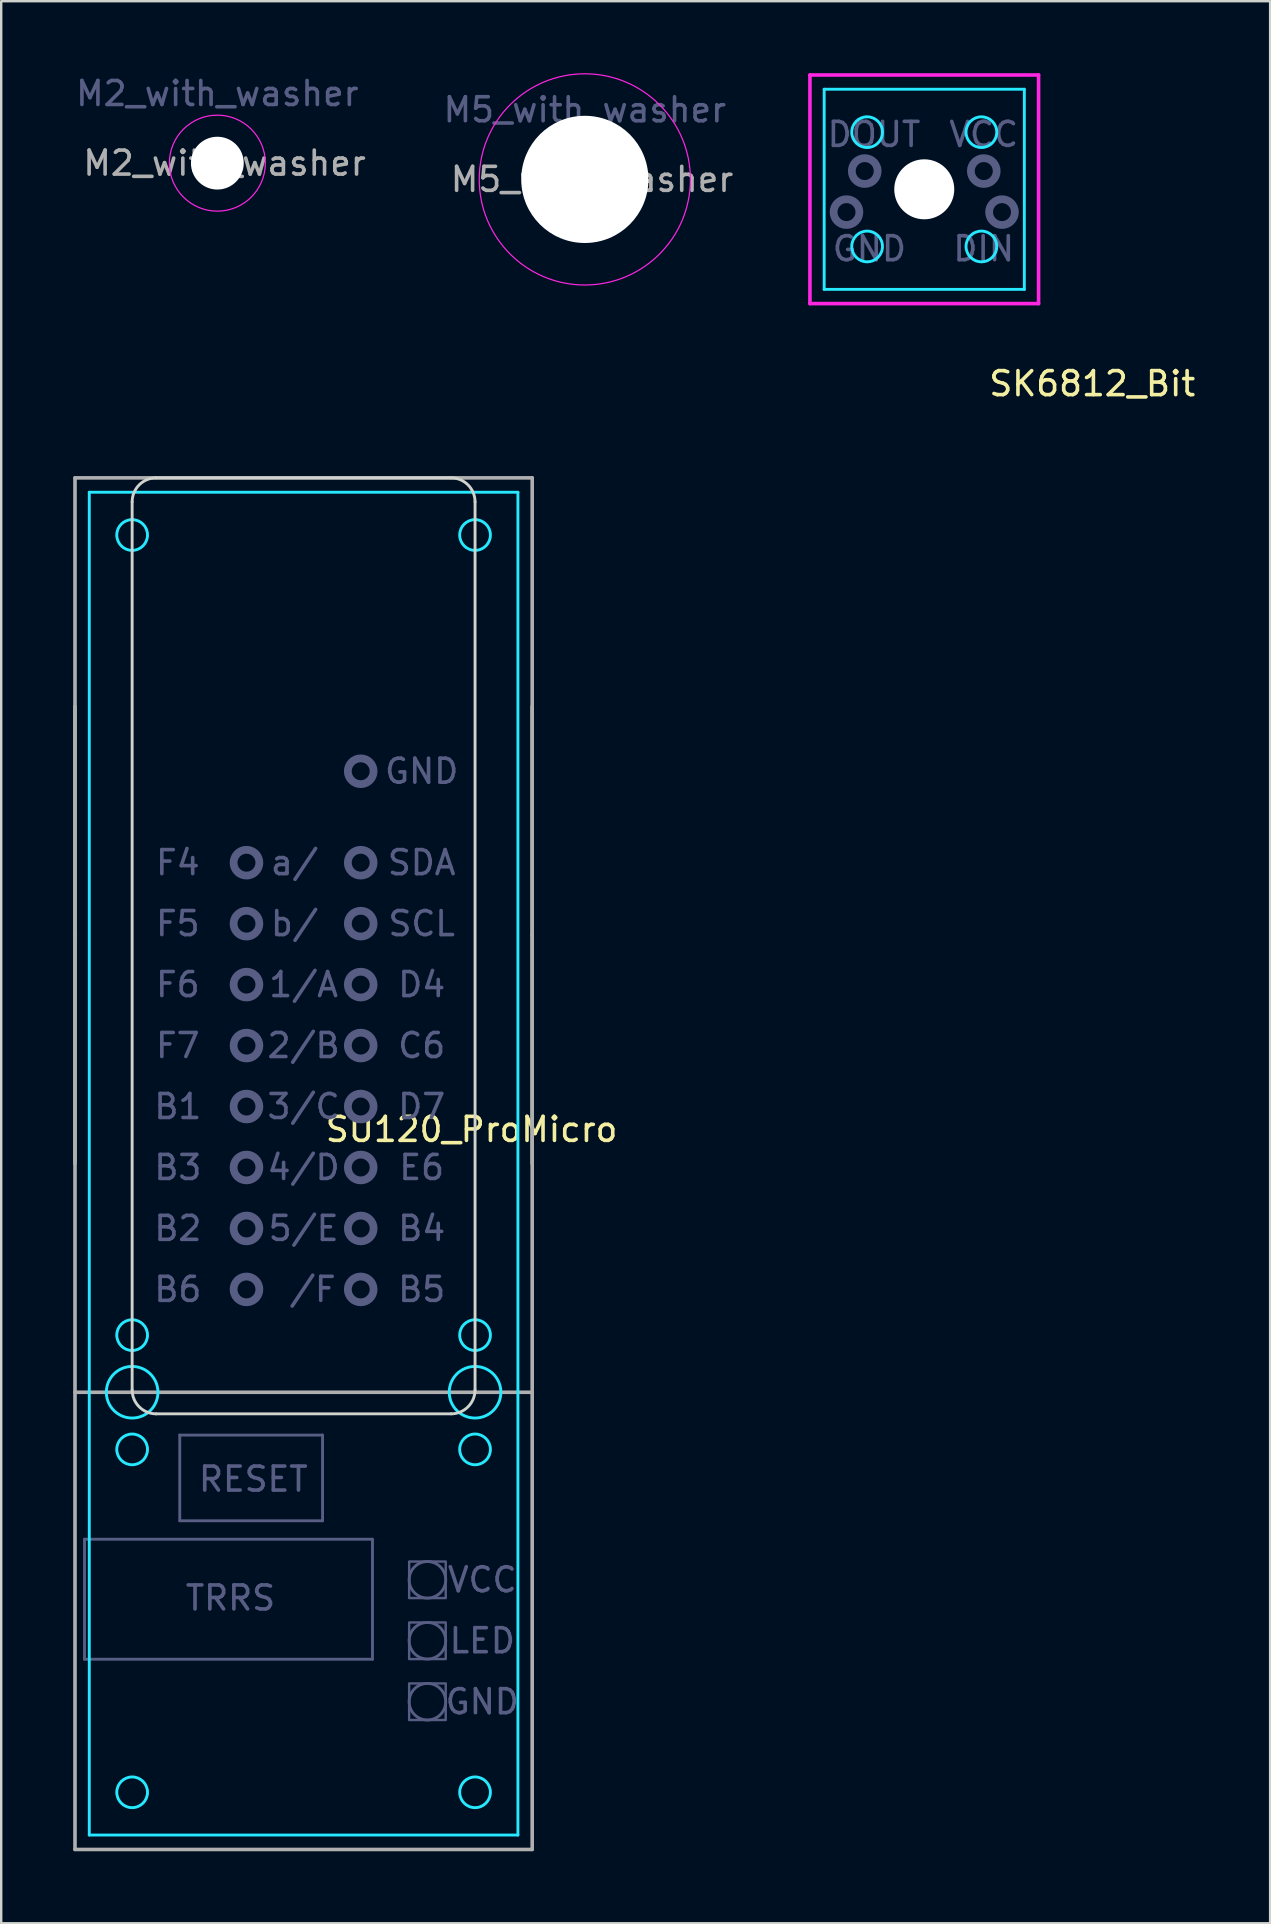
<source format=kicad_pcb>
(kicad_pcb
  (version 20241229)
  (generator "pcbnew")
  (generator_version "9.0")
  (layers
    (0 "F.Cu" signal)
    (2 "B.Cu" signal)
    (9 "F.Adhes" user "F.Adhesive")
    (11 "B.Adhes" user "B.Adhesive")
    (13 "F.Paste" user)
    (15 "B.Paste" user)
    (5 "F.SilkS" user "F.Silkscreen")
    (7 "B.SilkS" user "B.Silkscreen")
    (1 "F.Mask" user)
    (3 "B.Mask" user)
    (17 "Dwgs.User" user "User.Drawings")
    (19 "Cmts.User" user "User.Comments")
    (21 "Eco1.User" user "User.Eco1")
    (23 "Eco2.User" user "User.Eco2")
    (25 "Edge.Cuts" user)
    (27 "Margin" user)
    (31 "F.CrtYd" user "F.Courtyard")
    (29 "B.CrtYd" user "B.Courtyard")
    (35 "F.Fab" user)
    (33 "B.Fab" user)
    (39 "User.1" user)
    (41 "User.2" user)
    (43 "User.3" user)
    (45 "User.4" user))
  (footprint "SK6812_Bit"
    (layer "F.Cu")
    (at 35.461 4.838)
    (property "Reference" "SK6812_Bit" (at 7 8.1 0) (layer "F.SilkS") (effects (font (size 1 1) (thickness 0.15))))
    (attr through_hole)
    (fp_line (start -4.17 -4.17) (end 4.17 -4.17) (stroke (width 0.12) (type solid)) (layer "B.CrtYd"))
    (fp_line (start -4.17 4.17) (end -4.17 -4.17) (stroke (width 0.12) (type solid)) (layer "B.CrtYd"))
    (fp_line (start 4.17 -4.17) (end 4.17 4.17) (stroke (width 0.12) (type solid)) (layer "B.CrtYd"))
    (fp_line (start 4.17 4.17) (end -4.17 4.17) (stroke (width 0.12) (type solid)) (layer "B.CrtYd"))
    (fp_circle (center -2.381 -2.381) (end -1.741 -2.381) (stroke (width 0.12) (type solid)) (fill no) (layer "B.CrtYd"))
    (fp_circle (center -2.381 2.381) (end -1.741 2.381) (stroke (width 0.12) (type solid)) (fill no) (layer "B.CrtYd"))
    (fp_circle (center 2.381 -2.381) (end 3.021 -2.381) (stroke (width 0.12) (type solid)) (fill no) (layer "B.CrtYd"))
    (fp_circle (center 2.381 2.381) (end 3.021 2.381) (stroke (width 0.12) (type solid)) (fill no) (layer "B.CrtYd"))
    (fp_line (start -4.763 -4.763) (end -4.763 4.763) (stroke (width 0.15) (type solid)) (layer "F.CrtYd"))
    (fp_line (start -4.763 4.763) (end 4.763 4.763) (stroke (width 0.15) (type solid)) (layer "F.CrtYd"))
    (fp_line (start 4.763 -4.763) (end -4.763 -4.763) (stroke (width 0.15) (type solid)) (layer "F.CrtYd"))
    (fp_line (start 4.763 4.763) (end 4.763 -4.763) (stroke (width 0.15) (type solid)) (layer "F.CrtYd"))
    (fp_circle (center -3.24 0.95) (end -2.703 0.95) (stroke (width 0.325) (type solid)) (fill no) (layer "B.Fab"))
    (fp_circle (center -2.48 -0.76) (end -1.942 -0.76) (stroke (width 0.325) (type solid)) (fill no) (layer "B.Fab"))
    (fp_circle (center 2.48 -0.76) (end 3.018 -0.76) (stroke (width 0.325) (type solid)) (fill no) (layer "B.Fab"))
    (fp_circle (center 3.24 0.95) (end 3.777 0.95) (stroke (width 0.325) (type solid)) (fill no) (layer "B.Fab"))
    (fp_text user "GND" (at -2.286 2.477 0) (layer "B.Fab") (effects (font (size 1 1) (thickness 0.15))))
    (fp_text user "DIN" (at 2.477 2.477 0) (layer "B.Fab") (effects (font (size 1 1) (thickness 0.15))))
    (fp_text user "VCC" (at 2.477 -2.286 0) (layer "B.Fab") (effects (font (size 1 1) (thickness 0.15))))
    (fp_text user "DOUT" (at -2.095 -2.286 0) (layer "B.Fab") (effects (font (size 1 1) (thickness 0.15))))
    (pad "" np_thru_hole circle (at 0 0) (size 2.5 2.5) (drill 2.5) (layers "*.Cu" "*.Mask")))
  (footprint "M2_with_washer"
    (layer "F.Cu")
    (at 6.006 3.748)
    (property "Reference" "M2_with_washer" (at 0 -2.9 0) (layer "B.Fab") (effects (font (size 1 1) (thickness 0.15))))
    (attr exclude_from_pos_files exclude_from_bom)
    (fp_circle (center 0 0) (end 2 0) (stroke (width 0.05) (type solid)) (fill no) (layer "F.CrtYd"))
    (fp_text user "${REFERENCE}" (at 0.3 0 0) (layer "F.Fab") (effects (font (size 1 1) (thickness 0.15))))
    (pad "" np_thru_hole circle (at 0 0) (size 2.2 2.2) (drill 2.2) (layers "*.Cu" "*.Mask")))
  (footprint "SU120_ProMicro"
    (layer "F.Cu")
    (at 9.6 45.436)
    (property "Reference" "SU120_ProMicro" (at 7 -1.425 0) (layer "F.SilkS") (effects (font (size 1 1) (thickness 0.15))))
    (attr through_hole)
    (fp_line (start -7.144 9.425) (end -7.144 -27.575) (stroke (width 0.12) (type solid)) (layer "Edge.Cuts"))
    (fp_line (start -6.144 -28.575) (end 6.144 -28.575) (stroke (width 0.12) (type solid)) (layer "Edge.Cuts"))
    (fp_line (start 6.144 10.425) (end -6.144 10.425) (stroke (width 0.12) (type solid)) (layer "Edge.Cuts"))
    (fp_line (start 7.144 -27.575) (end 7.144 9.425) (stroke (width 0.12) (type solid)) (layer "Edge.Cuts"))
    (fp_arc (start -7.14375 -27.575) (mid -6.850857 -28.282107) (end -6.14375 -28.575) (stroke (width 0.12) (type solid)) (layer "Edge.Cuts"))
    (fp_arc (start -6.14375 10.425) (mid -6.850857 10.132107) (end -7.14375 9.425) (stroke (width 0.12) (type solid)) (layer "Edge.Cuts"))
    (fp_arc (start 6.14375 -28.575) (mid 6.850857 -28.282107) (end 7.14375 -27.575) (stroke (width 0.12) (type solid)) (layer "Edge.Cuts"))
    (fp_arc (start 7.14375 9.425) (mid 6.850857 10.132107) (end 6.14375 10.425) (stroke (width 0.12) (type solid)) (layer "Edge.Cuts"))
    (fp_line (start -8.93 -27.975) (end 8.93 -27.975) (stroke (width 0.12) (type solid)) (layer "B.CrtYd"))
    (fp_line (start -8.93 27.975) (end -8.93 -27.975) (stroke (width 0.12) (type solid)) (layer "B.CrtYd"))
    (fp_line (start 8.93 -27.975) (end 8.93 27.975) (stroke (width 0.12) (type solid)) (layer "B.CrtYd"))
    (fp_line (start 8.93 27.975) (end -8.93 27.975) (stroke (width 0.12) (type solid)) (layer "B.CrtYd"))
    (fp_circle (center -7.144 -26.194) (end -6.504 -26.194) (stroke (width 0.12) (type solid)) (fill no) (layer "B.CrtYd"))
    (fp_circle (center -7.144 7.144) (end -6.504 7.144) (stroke (width 0.12) (type solid)) (fill no) (layer "B.CrtYd"))
    (fp_circle (center -7.144 9.525) (end -6.069 9.525) (stroke (width 0.12) (type solid)) (fill no) (layer "B.CrtYd"))
    (fp_circle (center -7.144 11.906) (end -6.504 11.906) (stroke (width 0.12) (type solid)) (fill no) (layer "B.CrtYd"))
    (fp_circle (center -7.144 26.194) (end -6.504 26.194) (stroke (width 0.12) (type solid)) (fill no) (layer "B.CrtYd"))
    (fp_circle (center 7.144 -26.194) (end 7.784 -26.194) (stroke (width 0.12) (type solid)) (fill no) (layer "B.CrtYd"))
    (fp_circle (center 7.144 7.144) (end 7.784 7.144) (stroke (width 0.12) (type solid)) (fill no) (layer "B.CrtYd"))
    (fp_circle (center 7.144 9.525) (end 8.219 9.525) (stroke (width 0.12) (type solid)) (fill no) (layer "B.CrtYd"))
    (fp_circle (center 7.144 11.906) (end 7.784 11.906) (stroke (width 0.12) (type solid)) (fill no) (layer "B.CrtYd"))
    (fp_circle (center 7.144 26.194) (end 7.784 26.194) (stroke (width 0.12) (type solid)) (fill no) (layer "B.CrtYd"))
    (fp_line (start -9.13 15.65) (end 2.87 15.65) (stroke (width 0.12) (type solid)) (layer "B.Fab"))
    (fp_line (start -9.13 20.65) (end -9.13 15.65) (stroke (width 0.12) (type solid)) (layer "B.Fab"))
    (fp_line (start -5.16 11.31) (end 0.79 11.31) (stroke (width 0.12) (type solid)) (layer "B.Fab"))
    (fp_line (start -5.16 14.88) (end -5.16 11.31) (stroke (width 0.12) (type solid)) (layer "B.Fab"))
    (fp_line (start 0.79 11.31) (end 0.79 14.88) (stroke (width 0.12) (type solid)) (layer "B.Fab"))
    (fp_line (start 0.79 14.88) (end -5.16 14.88) (stroke (width 0.12) (type solid)) (layer "B.Fab"))
    (fp_line (start 2.87 15.65) (end 2.87 20.65) (stroke (width 0.12) (type solid)) (layer "B.Fab"))
    (fp_line (start 2.87 20.65) (end -9.13 20.65) (stroke (width 0.12) (type solid)) (layer "B.Fab"))
    (fp_circle (center -2.38 -12.54) (end -1.843 -12.54) (stroke (width 0.325) (type solid)) (fill no) (layer "B.Fab"))
    (fp_circle (center -2.38 -10) (end -1.843 -10) (stroke (width 0.325) (type solid)) (fill no) (layer "B.Fab"))
    (fp_circle (center -2.38 -7.46) (end -1.843 -7.46) (stroke (width 0.325) (type solid)) (fill no) (layer "B.Fab"))
    (fp_circle (center -2.38 -4.92) (end -1.843 -4.92) (stroke (width 0.325) (type solid)) (fill no) (layer "B.Fab"))
    (fp_circle (center -2.38 -2.38) (end -1.843 -2.38) (stroke (width 0.325) (type solid)) (fill no) (layer "B.Fab"))
    (fp_circle (center -2.38 0.16) (end -1.843 0.16) (stroke (width 0.325) (type solid)) (fill no) (layer "B.Fab"))
    (fp_circle (center -2.38 2.7) (end -1.843 2.7) (stroke (width 0.325) (type solid)) (fill no) (layer "B.Fab"))
    (fp_circle (center -2.38 5.24) (end -1.843 5.24) (stroke (width 0.325) (type solid)) (fill no) (layer "B.Fab"))
    (fp_circle (center 2.38 -16.35) (end 2.917 -16.35) (stroke (width 0.325) (type solid)) (fill no) (layer "B.Fab"))
    (fp_circle (center 2.38 -12.54) (end 2.917 -12.54) (stroke (width 0.325) (type solid)) (fill no) (layer "B.Fab"))
    (fp_circle (center 2.38 -10) (end 2.917 -10) (stroke (width 0.325) (type solid)) (fill no) (layer "B.Fab"))
    (fp_circle (center 2.38 -7.46) (end 2.917 -7.46) (stroke (width 0.325) (type solid)) (fill no) (layer "B.Fab"))
    (fp_circle (center 2.38 -4.92) (end 2.917 -4.92) (stroke (width 0.325) (type solid)) (fill no) (layer "B.Fab"))
    (fp_circle (center 2.38 -2.38) (end 2.917 -2.38) (stroke (width 0.325) (type solid)) (fill no) (layer "B.Fab"))
    (fp_circle (center 2.38 0.16) (end 2.917 0.16) (stroke (width 0.325) (type solid)) (fill no) (layer "B.Fab"))
    (fp_circle (center 2.38 2.7) (end 2.917 2.7) (stroke (width 0.325) (type solid)) (fill no) (layer "B.Fab"))
    (fp_circle (center 2.38 5.24) (end 2.917 5.24) (stroke (width 0.325) (type solid)) (fill no) (layer "B.Fab"))
    (fp_circle (center 5.16 17.34) (end 5.922 17.34) (stroke (width 0.12) (type solid)) (fill no) (layer "B.Fab"))
    (fp_circle (center 5.16 19.88) (end 5.922 19.88) (stroke (width 0.12) (type solid)) (fill no) (layer "B.Fab"))
    (fp_circle (center 5.16 22.42) (end 5.922 22.42) (stroke (width 0.12) (type solid)) (fill no) (layer "B.Fab"))
    (fp_poly (pts (xy 5.922 18.102) (xy 4.398 18.102) (xy 4.398 16.578) (xy 5.922 16.578)) (stroke (width 0.1) (type solid)) (fill no) (layer "B.Fab"))
    (fp_poly (pts (xy 5.922 20.642) (xy 4.398 20.642) (xy 4.398 19.118) (xy 5.922 19.118)) (stroke (width 0.1) (type solid)) (fill no) (layer "B.Fab"))
    (fp_poly (pts (xy 5.922 23.182) (xy 4.398 23.182) (xy 4.398 21.658) (xy 5.922 21.658)) (stroke (width 0.1) (type solid)) (fill no) (layer "B.Fab"))
    (fp_line (start -9.525 -28.575) (end -9.525 -9.525) (stroke (width 0.15) (type solid)) (layer "F.Fab"))
    (fp_line (start -9.525 -19.05) (end -9.525 0) (stroke (width 0.15) (type solid)) (layer "F.Fab"))
    (fp_line (start -9.525 -9.525) (end -9.525 28.575) (stroke (width 0.15) (type solid)) (layer "F.Fab"))
    (fp_line (start -9.525 9.525) (end 9.525 9.525) (stroke (width 0.15) (type solid)) (layer "F.Fab"))
    (fp_line (start -9.525 28.575) (end 9.525 28.575) (stroke (width 0.15) (type solid)) (layer "F.Fab"))
    (fp_line (start 9.525 -28.575) (end -9.525 -28.575) (stroke (width 0.15) (type solid)) (layer "F.Fab"))
    (fp_line (start 9.525 -9.525) (end 9.525 -28.575) (stroke (width 0.15) (type solid)) (layer "F.Fab"))
    (fp_line (start 9.525 0) (end 9.525 -19.05) (stroke (width 0.15) (type solid)) (layer "F.Fab"))
    (fp_line (start 9.525 28.575) (end 9.525 -9.525) (stroke (width 0.15) (type solid)) (layer "F.Fab"))
    (fp_text user "F4" (at -5.24 -12.54 0) (layer "B.Fab") (effects (font (size 1 1) (thickness 0.15))))
    (fp_text user "a/ " (at 0 -12.54 0) (layer "B.Fab") (effects (font (size 1 1) (thickness 0.15))))
    (fp_text user "SDA" (at 4.92 -12.54 0) (layer "B.Fab") (effects (font (size 1 1) (thickness 0.15))))
    (fp_text user "B4" (at 4.92 2.7 0) (layer "B.Fab") (effects (font (size 1 1) (thickness 0.15))))
    (fp_text user "3/C" (at 0 -2.38 0) (layer "B.Fab") (effects (font (size 1 1) (thickness 0.15))))
    (fp_text user "GND" (at 7.446 22.42 0) (layer "B.Fab") (effects (font (size 1 1) (thickness 0.15))))
    (fp_text user "GND" (at 4.92 -16.35 0) (layer "B.Fab") (effects (font (size 1 1) (thickness 0.15))))
    (fp_text user "F7" (at -5.24 -4.92 0) (layer "B.Fab") (effects (font (size 1 1) (thickness 0.15))))
    (fp_text user "4/D" (at 0 0.16 0) (layer "B.Fab") (effects (font (size 1 1) (thickness 0.15))))
    (fp_text user "1/A" (at 0 -7.46 0) (layer "B.Fab") (effects (font (size 1 1) (thickness 0.15))))
    (fp_text user "B3" (at -5.24 0.16 0) (layer "B.Fab") (effects (font (size 1 1) (thickness 0.15))))
    (fp_text user "B2" (at -5.24 2.7 0) (layer "B.Fab") (effects (font (size 1 1) (thickness 0.15))))
    (fp_text user "LED" (at 7.446 19.88 0) (layer "B.Fab") (effects (font (size 1 1) (thickness 0.15))))
    (fp_text user "F5" (at -5.24 -10 0) (layer "B.Fab") (effects (font (size 1 1) (thickness 0.15))))
    (fp_text user "VCC" (at 7.446 17.34 0) (layer "B.Fab") (effects (font (size 1 1) (thickness 0.15))))
    (fp_text user "B6" (at -5.24 5.24 0) (layer "B.Fab") (effects (font (size 1 1) (thickness 0.15))))
    (fp_text user " /F" (at 0 5.24 0) (layer "B.Fab") (effects (font (size 1 1) (thickness 0.15))))
    (fp_text user "5/E" (at 0 2.7 0) (layer "B.Fab") (effects (font (size 1 1) (thickness 0.15))))
    (fp_text user "E6" (at 4.92 0.16 0) (layer "B.Fab") (effects (font (size 1 1) (thickness 0.15))))
    (fp_text user "D4" (at 4.92 -7.46 0) (layer "B.Fab") (effects (font (size 1 1) (thickness 0.15))))
    (fp_text user "D7" (at 4.92 -2.38 0) (layer "B.Fab") (effects (font (size 1 1) (thickness 0.15))))
    (fp_text user "2/B" (at 0 -4.92 0) (layer "B.Fab") (effects (font (size 1 1) (thickness 0.15))))
    (fp_text user "C6" (at 4.92 -4.92 0) (layer "B.Fab") (effects (font (size 1 1) (thickness 0.15))))
    (fp_text user "b/ " (at 0 -10 0) (layer "B.Fab") (effects (font (size 1 1) (thickness 0.15))))
    (fp_text user "SCL" (at 4.92 -10 0) (layer "B.Fab") (effects (font (size 1 1) (thickness 0.15))))
    (fp_text user "TRRS" (at -3.048 18.098 0) (layer "B.Fab") (effects (font (size 1 1) (thickness 0.15))))
    (fp_text user "F6" (at -5.24 -7.46 0) (layer "B.Fab") (effects (font (size 1 1) (thickness 0.15))))
    (fp_text user "RESET" (at -2.095 13.145 0) (layer "B.Fab") (effects (font (size 1 1) (thickness 0.15))))
    (fp_text user "B5" (at 4.92 5.24 0) (layer "B.Fab") (effects (font (size 1 1) (thickness 0.15))))
    (fp_text user "B1" (at -5.24 -2.38 0) (layer "B.Fab") (effects (font (size 1 1) (thickness 0.15)))))
  (footprint "M5_with_washer"
    (layer "F.Cu")
    (at 21.318 4.425)
    (property "Reference" "M5_with_washer" (at 0 -2.9 0) (layer "B.Fab") (effects (font (size 1 1) (thickness 0.15))))
    (attr exclude_from_pos_files exclude_from_bom)
    (fp_circle (center 0 0) (end 4.4 0) (stroke (width 0.05) (type solid)) (fill no) (layer "F.CrtYd"))
    (fp_text user "${REFERENCE}" (at 0.3 0 0) (layer "F.Fab") (effects (font (size 1 1) (thickness 0.15))))
    (pad "" np_thru_hole circle (at 0 0) (size 5.3 5.3) (drill 5.3) (layers "*.Cu" "*.Mask")))
  (gr_rect
    (start -3 -3)
    (end 49.872 77.086)
    (stroke (width 0.1) (type default))
    (fill no)
    (layer "Edge.Cuts")))
</source>
